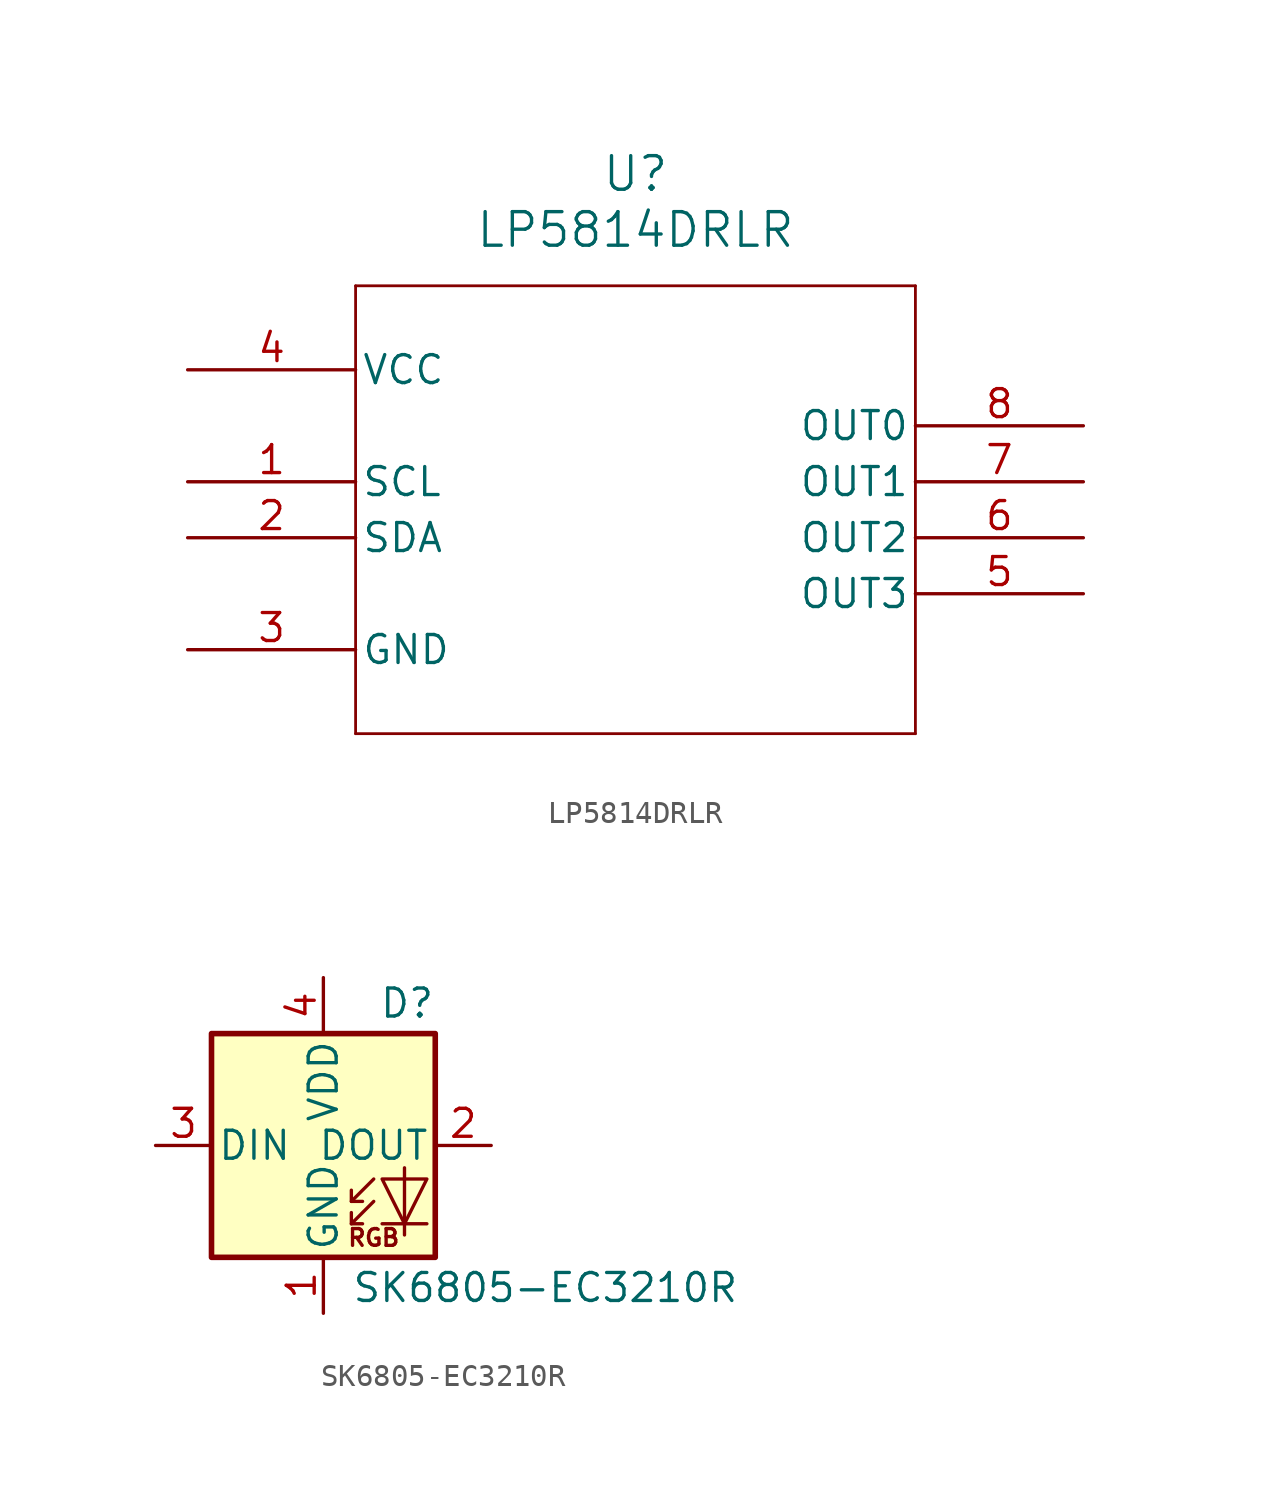
<source format=kicad_sym>
(kicad_symbol_lib
  (version 20241209)
  (generator "kicad_symbol_editor")
  (generator_version "9.0")
  (symbol "LP5814DRLR"
    (pin_names
      (offset 0.254))
    (property "Reference" "U"
      (at 20.32 10.16 0)
      (effects (font (size 1.524 1.524))))
    (property "Value" "LP5814DRLR"
      (at 20.32 7.62 0)
      (effects (font (size 1.524 1.524))))
    (symbol "LP5814DRLR_0_1"
      (polyline (pts (xy 7.62 5.08) (xy 7.62 -15.24)) (stroke (width 0.127) (type default)) (fill (type none)))
      (polyline (pts (xy 7.62 -15.24) (xy 33.02 -15.24)) (stroke (width 0.127) (type default)) (fill (type none)))
      (polyline (pts (xy 33.02 5.08) (xy 7.62 5.08)) (stroke (width 0.127) (type default)) (fill (type none)))
      (polyline (pts (xy 33.02 -15.24) (xy 33.02 5.08)) (stroke (width 0.127) (type default)) (fill (type none))))
    (symbol "LP5814DRLR_1_1"
      (pin power_in line (at 0 1.27 0) (length 7.62) (name "VCC" (effects (font (size 1.27 1.27)))) (number "4" (effects (font (size 1.27 1.27)))))
      (pin input line (at 0 -3.81 0) (length 7.62) (name "SCL" (effects (font (size 1.27 1.27)))) (number "1" (effects (font (size 1.27 1.27)))))
      (pin bidirectional line (at 0 -6.35 0) (length 7.62) (name "SDA" (effects (font (size 1.27 1.27)))) (number "2" (effects (font (size 1.27 1.27)))))
      (pin power_out line (at 0 -11.43 0) (length 7.62) (name "GND" (effects (font (size 1.27 1.27)))) (number "3" (effects (font (size 1.27 1.27)))))
      (pin open_collector line (at 40.64 -1.27 180) (length 7.62) (name "OUT0" (effects (font (size 1.27 1.27)))) (number "8" (effects (font (size 1.27 1.27)))))
      (pin open_collector line (at 40.64 -3.81 180) (length 7.62) (name "OUT1" (effects (font (size 1.27 1.27)))) (number "7" (effects (font (size 1.27 1.27)))))
      (pin open_collector line (at 40.64 -6.35 180) (length 7.62) (name "OUT2" (effects (font (size 1.27 1.27)))) (number "6" (effects (font (size 1.27 1.27)))))
      (pin open_collector line (at 40.64 -8.89 180) (length 7.62) (name "OUT3" (effects (font (size 1.27 1.27)))) (number "5" (effects (font (size 1.27 1.27)))))))
  (symbol "SK6805-EC3210R"
    (pin_names
      (offset 0.254))
    (property "Reference" "D"
      (at 5.08 5.715 0)
      (effects (font (size 1.27 1.27)) (justify right bottom)))
    (property "Value" "SK6805-EC3210R"
      (at 1.27 -5.715 0)
      (effects (font (size 1.27 1.27)) (justify left top)))
    (symbol "SK6805-EC3210R_0_0"
      (text "RGB" (at 2.286 -4.191 0) (effects (font (size 0.762 0.762)))))
    (symbol "SK6805-EC3210R_0_1"
      (rectangle (start -5.08 5.08) (end 5.08 -5.08) (stroke (width 0.254) (type default)) (fill (type background)))
      (polyline (pts (xy 1.27 -2.54) (xy 1.778 -2.54)) (stroke (width 0) (type default)) (fill (type none)))
      (polyline (pts (xy 1.27 -3.556) (xy 1.778 -3.556)) (stroke (width 0) (type default)) (fill (type none)))
      (polyline (pts (xy 2.286 -1.524) (xy 1.27 -2.54) (xy 1.27 -2.032)) (stroke (width 0) (type default)) (fill (type none)))
      (polyline (pts (xy 2.286 -2.54) (xy 1.27 -3.556) (xy 1.27 -3.048)) (stroke (width 0) (type default)) (fill (type none)))
      (polyline (pts (xy 3.683 -1.016) (xy 3.683 -3.556) (xy 3.683 -4.064)) (stroke (width 0) (type default)) (fill (type none)))
      (polyline (pts (xy 4.699 -1.524) (xy 2.667 -1.524) (xy 3.683 -3.556) (xy 4.699 -1.524)) (stroke (width 0) (type default)) (fill (type none)))
      (polyline (pts (xy 4.699 -3.556) (xy 2.667 -3.556)) (stroke (width 0) (type default)) (fill (type none))))
    (symbol "SK6805-EC3210R_1_1"
      (pin input line (at -7.62 0 0) (length 2.54) (name "DIN" (effects (font (size 1.27 1.27)))) (number "3" (effects (font (size 1.27 1.27)))))
      (pin power_in line (at 0 7.62 270) (length 2.54) (name "VDD" (effects (font (size 1.27 1.27)))) (number "4" (effects (font (size 1.27 1.27)))))
      (pin power_in line (at 0 -7.62 90) (length 2.54) (name "GND" (effects (font (size 1.27 1.27)))) (number "1" (effects (font (size 1.27 1.27)))))
      (pin output line (at 7.62 0 180) (length 2.54) (name "DOUT" (effects (font (size 1.27 1.27)))) (number "2" (effects (font (size 1.27 1.27))))))))
</source>
